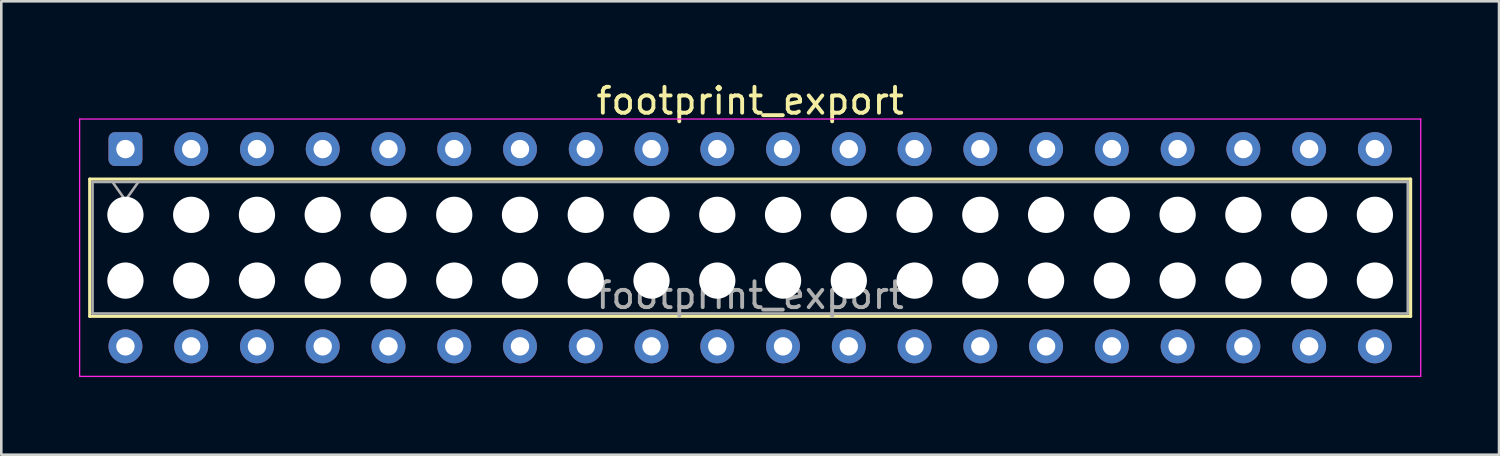
<source format=kicad_pcb>
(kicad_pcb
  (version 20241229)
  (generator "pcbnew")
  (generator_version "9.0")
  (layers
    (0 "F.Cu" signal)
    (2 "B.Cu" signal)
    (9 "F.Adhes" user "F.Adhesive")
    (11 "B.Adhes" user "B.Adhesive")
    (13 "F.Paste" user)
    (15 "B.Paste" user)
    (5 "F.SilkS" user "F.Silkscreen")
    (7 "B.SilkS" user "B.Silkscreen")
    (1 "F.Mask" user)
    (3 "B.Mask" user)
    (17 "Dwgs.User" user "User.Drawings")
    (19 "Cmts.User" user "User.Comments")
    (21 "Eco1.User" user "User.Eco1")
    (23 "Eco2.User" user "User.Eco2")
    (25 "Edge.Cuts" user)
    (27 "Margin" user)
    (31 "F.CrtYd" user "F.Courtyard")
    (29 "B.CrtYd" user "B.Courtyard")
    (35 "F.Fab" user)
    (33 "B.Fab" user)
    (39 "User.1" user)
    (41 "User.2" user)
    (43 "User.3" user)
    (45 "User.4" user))
  (footprint "footprint_export"
    (layer "F.Cu")
    (at 1.795 2.708)
    (property "Reference" "footprint_export" (at 24.13 -1.86 0) (layer "F.SilkS") (effects (font (size 1 1) (thickness 0.15))))
    (attr through_hole)
    (fp_line (start -1.38 1.16) (end 49.64 1.16) (stroke (width 0.12) (type solid)) (layer "F.SilkS"))
    (fp_line (start -1.38 6.46) (end -1.38 1.16) (stroke (width 0.12) (type solid)) (layer "F.SilkS"))
    (fp_line (start 49.64 1.16) (end 49.64 6.46) (stroke (width 0.12) (type solid)) (layer "F.SilkS"))
    (fp_line (start 49.64 6.46) (end -1.38 6.46) (stroke (width 0.12) (type solid)) (layer "F.SilkS"))
    (fp_line (start -1.77 -1.16) (end 50.03 -1.16) (stroke (width 0.05) (type solid)) (layer "F.CrtYd"))
    (fp_line (start -1.77 8.78) (end -1.77 -1.16) (stroke (width 0.05) (type solid)) (layer "F.CrtYd"))
    (fp_line (start 50.03 -1.16) (end 50.03 8.78) (stroke (width 0.05) (type solid)) (layer "F.CrtYd"))
    (fp_line (start 50.03 8.78) (end -1.77 8.78) (stroke (width 0.05) (type solid)) (layer "F.CrtYd"))
    (fp_line (start -1.27 1.27) (end 49.53 1.27) (stroke (width 0.1) (type solid)) (layer "F.Fab"))
    (fp_line (start -1.27 6.35) (end -1.27 1.27) (stroke (width 0.1) (type solid)) (layer "F.Fab"))
    (fp_line (start -0.5 1.27) (end 0 1.977) (stroke (width 0.1) (type solid)) (layer "F.Fab"))
    (fp_line (start 0 1.977) (end 0.5 1.27) (stroke (width 0.1) (type solid)) (layer "F.Fab"))
    (fp_line (start 49.53 1.27) (end 49.53 6.35) (stroke (width 0.1) (type solid)) (layer "F.Fab"))
    (fp_line (start 49.53 6.35) (end -1.27 6.35) (stroke (width 0.1) (type solid)) (layer "F.Fab"))
    (fp_text user "${REFERENCE}" (at 24.13 5.65 0) (layer "F.Fab") (effects (font (size 1 1) (thickness 0.15))))
    (pad "" np_thru_hole circle (at 0 2.54) (size 1.4 1.4) (drill 1.4) (layers "*.Cu" "*.Mask"))
    (pad "" np_thru_hole circle (at 0 5.08) (size 1.4 1.4) (drill 1.4) (layers "*.Cu" "*.Mask"))
    (pad "" np_thru_hole circle (at 2.54 2.54) (size 1.4 1.4) (drill 1.4) (layers "*.Cu" "*.Mask"))
    (pad "" np_thru_hole circle (at 2.54 5.08) (size 1.4 1.4) (drill 1.4) (layers "*.Cu" "*.Mask"))
    (pad "" np_thru_hole circle (at 5.08 2.54) (size 1.4 1.4) (drill 1.4) (layers "*.Cu" "*.Mask"))
    (pad "" np_thru_hole circle (at 5.08 5.08) (size 1.4 1.4) (drill 1.4) (layers "*.Cu" "*.Mask"))
    (pad "" np_thru_hole circle (at 7.62 2.54) (size 1.4 1.4) (drill 1.4) (layers "*.Cu" "*.Mask"))
    (pad "" np_thru_hole circle (at 7.62 5.08) (size 1.4 1.4) (drill 1.4) (layers "*.Cu" "*.Mask"))
    (pad "" np_thru_hole circle (at 10.16 2.54) (size 1.4 1.4) (drill 1.4) (layers "*.Cu" "*.Mask"))
    (pad "" np_thru_hole circle (at 10.16 5.08) (size 1.4 1.4) (drill 1.4) (layers "*.Cu" "*.Mask"))
    (pad "" np_thru_hole circle (at 12.7 2.54) (size 1.4 1.4) (drill 1.4) (layers "*.Cu" "*.Mask"))
    (pad "" np_thru_hole circle (at 12.7 5.08) (size 1.4 1.4) (drill 1.4) (layers "*.Cu" "*.Mask"))
    (pad "" np_thru_hole circle (at 15.24 2.54) (size 1.4 1.4) (drill 1.4) (layers "*.Cu" "*.Mask"))
    (pad "" np_thru_hole circle (at 15.24 5.08) (size 1.4 1.4) (drill 1.4) (layers "*.Cu" "*.Mask"))
    (pad "" np_thru_hole circle (at 17.78 2.54) (size 1.4 1.4) (drill 1.4) (layers "*.Cu" "*.Mask"))
    (pad "" np_thru_hole circle (at 17.78 5.08) (size 1.4 1.4) (drill 1.4) (layers "*.Cu" "*.Mask"))
    (pad "" np_thru_hole circle (at 20.32 2.54) (size 1.4 1.4) (drill 1.4) (layers "*.Cu" "*.Mask"))
    (pad "" np_thru_hole circle (at 20.32 5.08) (size 1.4 1.4) (drill 1.4) (layers "*.Cu" "*.Mask"))
    (pad "" np_thru_hole circle (at 22.86 2.54) (size 1.4 1.4) (drill 1.4) (layers "*.Cu" "*.Mask"))
    (pad "" np_thru_hole circle (at 22.86 5.08) (size 1.4 1.4) (drill 1.4) (layers "*.Cu" "*.Mask"))
    (pad "" np_thru_hole circle (at 25.4 2.54) (size 1.4 1.4) (drill 1.4) (layers "*.Cu" "*.Mask"))
    (pad "" np_thru_hole circle (at 25.4 5.08) (size 1.4 1.4) (drill 1.4) (layers "*.Cu" "*.Mask"))
    (pad "" np_thru_hole circle (at 27.94 2.54) (size 1.4 1.4) (drill 1.4) (layers "*.Cu" "*.Mask"))
    (pad "" np_thru_hole circle (at 27.94 5.08) (size 1.4 1.4) (drill 1.4) (layers "*.Cu" "*.Mask"))
    (pad "" np_thru_hole circle (at 30.48 2.54) (size 1.4 1.4) (drill 1.4) (layers "*.Cu" "*.Mask"))
    (pad "" np_thru_hole circle (at 30.48 5.08) (size 1.4 1.4) (drill 1.4) (layers "*.Cu" "*.Mask"))
    (pad "" np_thru_hole circle (at 33.02 2.54) (size 1.4 1.4) (drill 1.4) (layers "*.Cu" "*.Mask"))
    (pad "" np_thru_hole circle (at 33.02 5.08) (size 1.4 1.4) (drill 1.4) (layers "*.Cu" "*.Mask"))
    (pad "" np_thru_hole circle (at 35.56 2.54) (size 1.4 1.4) (drill 1.4) (layers "*.Cu" "*.Mask"))
    (pad "" np_thru_hole circle (at 35.56 5.08) (size 1.4 1.4) (drill 1.4) (layers "*.Cu" "*.Mask"))
    (pad "" np_thru_hole circle (at 38.1 2.54) (size 1.4 1.4) (drill 1.4) (layers "*.Cu" "*.Mask"))
    (pad "" np_thru_hole circle (at 38.1 5.08) (size 1.4 1.4) (drill 1.4) (layers "*.Cu" "*.Mask"))
    (pad "" np_thru_hole circle (at 40.64 2.54) (size 1.4 1.4) (drill 1.4) (layers "*.Cu" "*.Mask"))
    (pad "" np_thru_hole circle (at 40.64 5.08) (size 1.4 1.4) (drill 1.4) (layers "*.Cu" "*.Mask"))
    (pad "" np_thru_hole circle (at 43.18 2.54) (size 1.4 1.4) (drill 1.4) (layers "*.Cu" "*.Mask"))
    (pad "" np_thru_hole circle (at 43.18 5.08) (size 1.4 1.4) (drill 1.4) (layers "*.Cu" "*.Mask"))
    (pad "" np_thru_hole circle (at 45.72 2.54) (size 1.4 1.4) (drill 1.4) (layers "*.Cu" "*.Mask"))
    (pad "" np_thru_hole circle (at 45.72 5.08) (size 1.4 1.4) (drill 1.4) (layers "*.Cu" "*.Mask"))
    (pad "" np_thru_hole circle (at 48.26 2.54) (size 1.4 1.4) (drill 1.4) (layers "*.Cu" "*.Mask"))
    (pad "" np_thru_hole circle (at 48.26 5.08) (size 1.4 1.4) (drill 1.4) (layers "*.Cu" "*.Mask"))
    (pad "1" thru_hole roundrect (at 0 0) (size 1.31 1.31) (drill 0.71) (layers "*.Cu" "*.Mask") (roundrect_rratio 0.191))
    (pad "2" thru_hole circle (at 0 7.62) (size 1.31 1.31) (drill 0.71) (layers "*.Cu" "*.Mask"))
    (pad "3" thru_hole circle (at 2.54 0) (size 1.31 1.31) (drill 0.71) (layers "*.Cu" "*.Mask"))
    (pad "4" thru_hole circle (at 2.54 7.62) (size 1.31 1.31) (drill 0.71) (layers "*.Cu" "*.Mask"))
    (pad "5" thru_hole circle (at 5.08 0) (size 1.31 1.31) (drill 0.71) (layers "*.Cu" "*.Mask"))
    (pad "6" thru_hole circle (at 5.08 7.62) (size 1.31 1.31) (drill 0.71) (layers "*.Cu" "*.Mask"))
    (pad "7" thru_hole circle (at 7.62 0) (size 1.31 1.31) (drill 0.71) (layers "*.Cu" "*.Mask"))
    (pad "8" thru_hole circle (at 7.62 7.62) (size 1.31 1.31) (drill 0.71) (layers "*.Cu" "*.Mask"))
    (pad "9" thru_hole circle (at 10.16 0) (size 1.31 1.31) (drill 0.71) (layers "*.Cu" "*.Mask"))
    (pad "10" thru_hole circle (at 10.16 7.62) (size 1.31 1.31) (drill 0.71) (layers "*.Cu" "*.Mask"))
    (pad "11" thru_hole circle (at 12.7 0) (size 1.31 1.31) (drill 0.71) (layers "*.Cu" "*.Mask"))
    (pad "12" thru_hole circle (at 12.7 7.62) (size 1.31 1.31) (drill 0.71) (layers "*.Cu" "*.Mask"))
    (pad "13" thru_hole circle (at 15.24 0) (size 1.31 1.31) (drill 0.71) (layers "*.Cu" "*.Mask"))
    (pad "14" thru_hole circle (at 15.24 7.62) (size 1.31 1.31) (drill 0.71) (layers "*.Cu" "*.Mask"))
    (pad "15" thru_hole circle (at 17.78 0) (size 1.31 1.31) (drill 0.71) (layers "*.Cu" "*.Mask"))
    (pad "16" thru_hole circle (at 17.78 7.62) (size 1.31 1.31) (drill 0.71) (layers "*.Cu" "*.Mask"))
    (pad "17" thru_hole circle (at 20.32 0) (size 1.31 1.31) (drill 0.71) (layers "*.Cu" "*.Mask"))
    (pad "18" thru_hole circle (at 20.32 7.62) (size 1.31 1.31) (drill 0.71) (layers "*.Cu" "*.Mask"))
    (pad "19" thru_hole circle (at 22.86 0) (size 1.31 1.31) (drill 0.71) (layers "*.Cu" "*.Mask"))
    (pad "20" thru_hole circle (at 22.86 7.62) (size 1.31 1.31) (drill 0.71) (layers "*.Cu" "*.Mask"))
    (pad "21" thru_hole circle (at 25.4 0) (size 1.31 1.31) (drill 0.71) (layers "*.Cu" "*.Mask"))
    (pad "22" thru_hole circle (at 25.4 7.62) (size 1.31 1.31) (drill 0.71) (layers "*.Cu" "*.Mask"))
    (pad "23" thru_hole circle (at 27.94 0) (size 1.31 1.31) (drill 0.71) (layers "*.Cu" "*.Mask"))
    (pad "24" thru_hole circle (at 27.94 7.62) (size 1.31 1.31) (drill 0.71) (layers "*.Cu" "*.Mask"))
    (pad "25" thru_hole circle (at 30.48 0) (size 1.31 1.31) (drill 0.71) (layers "*.Cu" "*.Mask"))
    (pad "26" thru_hole circle (at 30.48 7.62) (size 1.31 1.31) (drill 0.71) (layers "*.Cu" "*.Mask"))
    (pad "27" thru_hole circle (at 33.02 0) (size 1.31 1.31) (drill 0.71) (layers "*.Cu" "*.Mask"))
    (pad "28" thru_hole circle (at 33.02 7.62) (size 1.31 1.31) (drill 0.71) (layers "*.Cu" "*.Mask"))
    (pad "29" thru_hole circle (at 35.56 0) (size 1.31 1.31) (drill 0.71) (layers "*.Cu" "*.Mask"))
    (pad "30" thru_hole circle (at 35.56 7.62) (size 1.31 1.31) (drill 0.71) (layers "*.Cu" "*.Mask"))
    (pad "31" thru_hole circle (at 38.1 0) (size 1.31 1.31) (drill 0.71) (layers "*.Cu" "*.Mask"))
    (pad "32" thru_hole circle (at 38.1 7.62) (size 1.31 1.31) (drill 0.71) (layers "*.Cu" "*.Mask"))
    (pad "33" thru_hole circle (at 40.64 0) (size 1.31 1.31) (drill 0.71) (layers "*.Cu" "*.Mask"))
    (pad "34" thru_hole circle (at 40.64 7.62) (size 1.31 1.31) (drill 0.71) (layers "*.Cu" "*.Mask"))
    (pad "35" thru_hole circle (at 43.18 0) (size 1.31 1.31) (drill 0.71) (layers "*.Cu" "*.Mask"))
    (pad "36" thru_hole circle (at 43.18 7.62) (size 1.31 1.31) (drill 0.71) (layers "*.Cu" "*.Mask"))
    (pad "37" thru_hole circle (at 45.72 0) (size 1.31 1.31) (drill 0.71) (layers "*.Cu" "*.Mask"))
    (pad "38" thru_hole circle (at 45.72 7.62) (size 1.31 1.31) (drill 0.71) (layers "*.Cu" "*.Mask"))
    (pad "39" thru_hole circle (at 48.26 0) (size 1.31 1.31) (drill 0.71) (layers "*.Cu" "*.Mask"))
    (pad "40" thru_hole circle (at 48.26 7.62) (size 1.31 1.31) (drill 0.71) (layers "*.Cu" "*.Mask")))
  (gr_rect
    (start -3 -3)
    (end 54.85 14.513)
    (stroke (width 0.1) (type default))
    (fill no)
    (layer "Edge.Cuts")))
</source>
